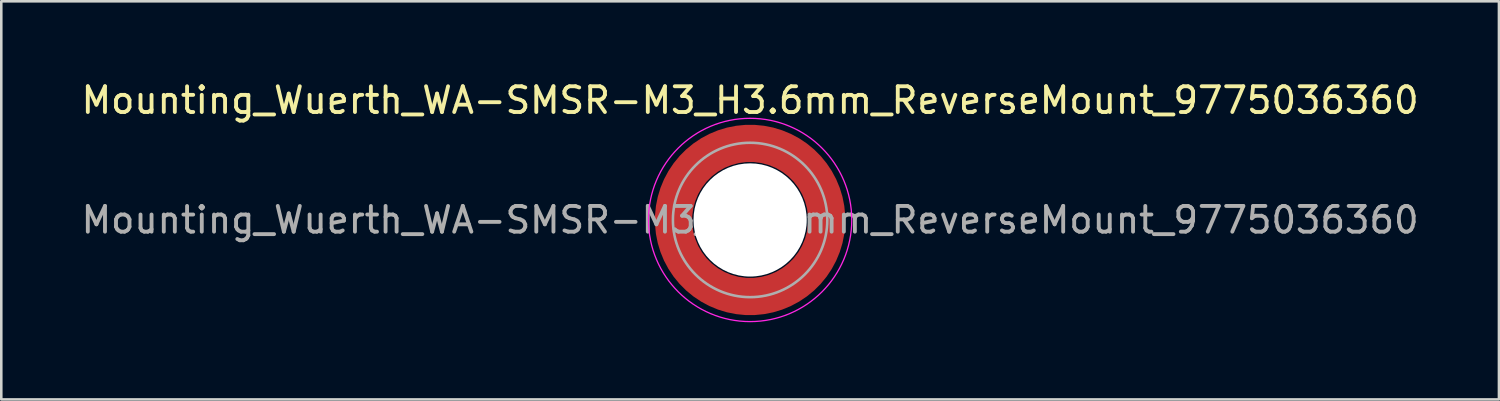
<source format=kicad_pcb>
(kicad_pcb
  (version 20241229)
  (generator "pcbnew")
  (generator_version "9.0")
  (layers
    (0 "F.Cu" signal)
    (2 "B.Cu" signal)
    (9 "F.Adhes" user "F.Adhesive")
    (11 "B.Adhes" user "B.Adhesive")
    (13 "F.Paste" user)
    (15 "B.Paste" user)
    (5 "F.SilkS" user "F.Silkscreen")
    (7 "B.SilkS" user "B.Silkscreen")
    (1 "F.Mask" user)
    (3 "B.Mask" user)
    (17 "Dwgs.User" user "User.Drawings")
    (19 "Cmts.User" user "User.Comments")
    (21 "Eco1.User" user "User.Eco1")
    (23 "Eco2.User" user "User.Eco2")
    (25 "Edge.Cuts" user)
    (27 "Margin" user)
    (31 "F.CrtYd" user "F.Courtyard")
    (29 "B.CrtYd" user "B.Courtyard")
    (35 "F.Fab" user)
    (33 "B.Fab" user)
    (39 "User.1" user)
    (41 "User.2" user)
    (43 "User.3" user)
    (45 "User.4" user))
  (footprint "Mounting_Wuerth_WA-SMSR-M3_H3.6mm_ReverseMount_9775036360"
    (layer "F.Cu")
    (at 26.101 5.498)
    (property "Reference" "Mounting_Wuerth_WA-SMSR-M3_H3.6mm_ReverseMount_9775036360" (at 0 -4.65 0) (layer "F.SilkS") (effects (font (size 1 1) (thickness 0.15))))
    (attr smd allow_soldermask_bridges)
    (fp_circle (center 0 0) (end 3.95 0) (stroke (width 0.05) (type solid)) (fill no) (layer "F.CrtYd"))
    (fp_circle (center 0 0) (end 3 0) (stroke (width 0.1) (type solid)) (fill no) (layer "F.Fab"))
    (fp_text user "${REFERENCE}" (at 0 0 0) (layer "F.Fab") (effects (font (size 1 1) (thickness 0.15))))
    (pad "" smd custom (at -2.095 -2.095) (size 0.672 0.672) (layers "F.Paste") (options (anchor circle)) (primitives (gr_arc (start -0.24231 1.594804) (mid 0.404819 0.404819) (end 1.594804 -0.24231) (width 0.2)) (gr_arc (start -0.3398 1.594804) (mid 0.337349 0.337349) (end 1.594804 -0.3398) (width 0.2)) (gr_arc (start -0.437132 1.594804) (mid 0.269879 0.269879) (end 1.594804 -0.437132) (width 0.2)) (gr_arc (start -0.534324 1.594804) (mid 0.202409 0.202409) (end 1.594804 -0.534324) (width 0.2)) (gr_arc (start -0.631391 1.594804) (mid 0.13494 0.13494) (end 1.594804 -0.631391) (width 0.2)) (gr_arc (start -0.728345 1.594804) (mid 0.06747 0.06747) (end 1.594804 -0.728345) (width 0.2)) (gr_arc (start -0.825197 1.594804) (mid 0 0) (end 1.594804 -0.825197) (width 0.2)) (gr_arc (start -0.921958 1.594804) (mid -0.06747 -0.06747) (end 1.594804 -0.921958) (width 0.2)) (gr_arc (start -1.018637 1.594804) (mid -0.13494 -0.13494) (end 1.594804 -1.018637) (width 0.2)) (gr_arc (start -1.115239 1.594804) (mid -0.202409 -0.202409) (end 1.594804 -1.115239) (width 0.2)) (gr_arc (start -1.211773 1.594804) (mid -0.269879 -0.269879) (end 1.594804 -1.211773) (width 0.2)) (gr_arc (start -1.308244 1.594804) (mid -0.337349 -0.337349) (end 1.594804 -1.308244) (width 0.2)) (gr_arc (start -1.404657 1.594804) (mid -0.404819 -0.404819) (end 1.594804 -1.404657) (width 0.2)) (gr_arc (start -1.404657 1.594804) (mid -0.404819 -0.404819) (end 1.594804 -1.404657) (width 0.2)) (gr_line (start 1.595 -0.242) (end 1.595 -1.405) (width 0.2)) (gr_line (start -0.242 1.595) (end -1.405 1.595) (width 0.2))))
    (pad "" smd custom (at -2.095 2.095) (size 0.672 0.672) (layers "F.Paste") (options (anchor circle)) (primitives (gr_arc (start 1.594804 0.24231) (mid 0.404819 -0.404819) (end -0.24231 -1.594804) (width 0.2)) (gr_arc (start 1.594804 0.3398) (mid 0.337349 -0.337349) (end -0.3398 -1.594804) (width 0.2)) (gr_arc (start 1.594804 0.437132) (mid 0.269879 -0.269879) (end -0.437132 -1.594804) (width 0.2)) (gr_arc (start 1.594804 0.534324) (mid 0.202409 -0.202409) (end -0.534324 -1.594804) (width 0.2)) (gr_arc (start 1.594804 0.631391) (mid 0.13494 -0.13494) (end -0.631391 -1.594804) (width 0.2)) (gr_arc (start 1.594804 0.728345) (mid 0.06747 -0.06747) (end -0.728345 -1.594804) (width 0.2)) (gr_arc (start 1.594804 0.825197) (mid 0 0) (end -0.825197 -1.594804) (width 0.2)) (gr_arc (start 1.594804 0.921958) (mid -0.06747 0.06747) (end -0.921958 -1.594804) (width 0.2)) (gr_arc (start 1.594804 1.018637) (mid -0.13494 0.13494) (end -1.018637 -1.594804) (width 0.2)) (gr_arc (start 1.594804 1.115239) (mid -0.202409 0.202409) (end -1.115239 -1.594804) (width 0.2)) (gr_arc (start 1.594804 1.211773) (mid -0.269879 0.269879) (end -1.211773 -1.594804) (width 0.2)) (gr_arc (start 1.594804 1.308244) (mid -0.337349 0.337349) (end -1.308244 -1.594804) (width 0.2)) (gr_arc (start 1.594804 1.404657) (mid -0.404819 0.404819) (end -1.404657 -1.594804) (width 0.2)) (gr_arc (start 1.594804 1.404657) (mid -0.404819 0.404819) (end -1.404657 -1.594804) (width 0.2)) (gr_line (start -0.242 -1.595) (end -1.405 -1.595) (width 0.2)) (gr_line (start 1.595 0.242) (end 1.595 1.405) (width 0.2))))
    (pad "" np_thru_hole circle (at 0 0) (size 4.4 4.4) (drill 4.4) (layers "*.Cu" "*.Mask"))
    (pad "" smd custom (at 2.095 -2.095) (size 0.672 0.672) (layers "F.Paste") (options (anchor circle)) (primitives (gr_arc (start -1.594804 -0.24231) (mid -0.404819 0.404819) (end 0.24231 1.594804) (width 0.2)) (gr_arc (start -1.594804 -0.3398) (mid -0.337349 0.337349) (end 0.3398 1.594804) (width 0.2)) (gr_arc (start -1.594804 -0.437132) (mid -0.269879 0.269879) (end 0.437132 1.594804) (width 0.2)) (gr_arc (start -1.594804 -0.534324) (mid -0.202409 0.202409) (end 0.534324 1.594804) (width 0.2)) (gr_arc (start -1.594804 -0.631391) (mid -0.13494 0.13494) (end 0.631391 1.594804) (width 0.2)) (gr_arc (start -1.594804 -0.728345) (mid -0.06747 0.06747) (end 0.728345 1.594804) (width 0.2)) (gr_arc (start -1.594804 -0.825197) (mid 0 0) (end 0.825197 1.594804) (width 0.2)) (gr_arc (start -1.594804 -0.921958) (mid 0.06747 -0.06747) (end 0.921958 1.594804) (width 0.2)) (gr_arc (start -1.594804 -1.018637) (mid 0.13494 -0.13494) (end 1.018637 1.594804) (width 0.2)) (gr_arc (start -1.594804 -1.115239) (mid 0.202409 -0.202409) (end 1.115239 1.594804) (width 0.2)) (gr_arc (start -1.594804 -1.211773) (mid 0.269879 -0.269879) (end 1.211773 1.594804) (width 0.2)) (gr_arc (start -1.594804 -1.308244) (mid 0.337349 -0.337349) (end 1.308244 1.594804) (width 0.2)) (gr_arc (start -1.594804 -1.404657) (mid 0.404819 -0.404819) (end 1.404657 1.594804) (width 0.2)) (gr_arc (start -1.594804 -1.404657) (mid 0.404819 -0.404819) (end 1.404657 1.594804) (width 0.2)) (gr_line (start 0.242 1.595) (end 1.405 1.595) (width 0.2)) (gr_line (start -1.595 -0.242) (end -1.595 -1.405) (width 0.2))))
    (pad "" smd custom (at 2.095 2.095) (size 0.672 0.672) (layers "F.Paste") (options (anchor circle)) (primitives (gr_arc (start 0.24231 -1.594804) (mid -0.404819 -0.404819) (end -1.594804 0.24231) (width 0.2)) (gr_arc (start 0.3398 -1.594804) (mid -0.337349 -0.337349) (end -1.594804 0.3398) (width 0.2)) (gr_arc (start 0.437132 -1.594804) (mid -0.269879 -0.269879) (end -1.594804 0.437132) (width 0.2)) (gr_arc (start 0.534324 -1.594804) (mid -0.202409 -0.202409) (end -1.594804 0.534324) (width 0.2)) (gr_arc (start 0.631391 -1.594804) (mid -0.13494 -0.13494) (end -1.594804 0.631391) (width 0.2)) (gr_arc (start 0.728345 -1.594804) (mid -0.06747 -0.06747) (end -1.594804 0.728345) (width 0.2)) (gr_arc (start 0.825197 -1.594804) (mid 0 0) (end -1.594804 0.825197) (width 0.2)) (gr_arc (start 0.921958 -1.594804) (mid 0.06747 0.06747) (end -1.594804 0.921958) (width 0.2)) (gr_arc (start 1.018637 -1.594804) (mid 0.13494 0.13494) (end -1.594804 1.018637) (width 0.2)) (gr_arc (start 1.115239 -1.594804) (mid 0.202409 0.202409) (end -1.594804 1.115239) (width 0.2)) (gr_arc (start 1.211773 -1.594804) (mid 0.269879 0.269879) (end -1.594804 1.211773) (width 0.2)) (gr_arc (start 1.308244 -1.594804) (mid 0.337349 0.337349) (end -1.594804 1.308244) (width 0.2)) (gr_arc (start 1.404657 -1.594804) (mid 0.404819 0.404819) (end -1.594804 1.404657) (width 0.2)) (gr_arc (start 1.404657 -1.594804) (mid 0.404819 0.404819) (end -1.594804 1.404657) (width 0.2)) (gr_line (start -1.595 0.242) (end -1.595 1.405) (width 0.2)) (gr_line (start 0.242 -1.595) (end 1.405 -1.595) (width 0.2))))
    (pad "1" smd circle (at -2.975 0) (size 0.942 0.942) (layers "F.Cu"))
    (pad "1" smd circle (at 0 -2.975) (size 0.942 0.942) (layers "F.Cu"))
    (pad "1" smd circle (at 0 2.975) (size 0.942 0.942) (layers "F.Cu"))
    (pad "1" smd custom (at 2.975 0) (size 1.45 1.45) (layers "F.Cu" "F.Mask") (options (anchor circle)) (primitives (gr_circle (center -2.975 0) (end 0 0) (width 1.45) (fill no)))))
  (gr_rect
    (start -3 -3)
    (end 55.202 12.473)
    (stroke (width 0.1) (type default))
    (fill no)
    (layer "Edge.Cuts")))
</source>
